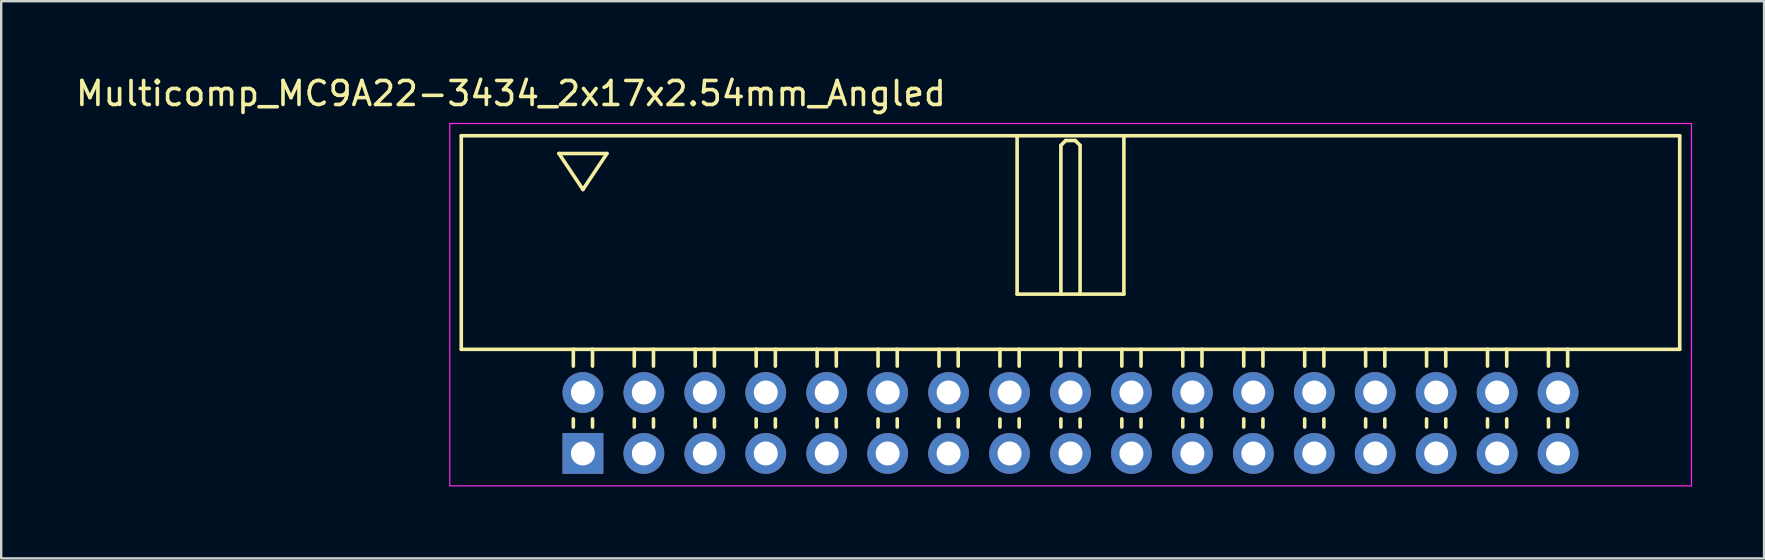
<source format=kicad_pcb>
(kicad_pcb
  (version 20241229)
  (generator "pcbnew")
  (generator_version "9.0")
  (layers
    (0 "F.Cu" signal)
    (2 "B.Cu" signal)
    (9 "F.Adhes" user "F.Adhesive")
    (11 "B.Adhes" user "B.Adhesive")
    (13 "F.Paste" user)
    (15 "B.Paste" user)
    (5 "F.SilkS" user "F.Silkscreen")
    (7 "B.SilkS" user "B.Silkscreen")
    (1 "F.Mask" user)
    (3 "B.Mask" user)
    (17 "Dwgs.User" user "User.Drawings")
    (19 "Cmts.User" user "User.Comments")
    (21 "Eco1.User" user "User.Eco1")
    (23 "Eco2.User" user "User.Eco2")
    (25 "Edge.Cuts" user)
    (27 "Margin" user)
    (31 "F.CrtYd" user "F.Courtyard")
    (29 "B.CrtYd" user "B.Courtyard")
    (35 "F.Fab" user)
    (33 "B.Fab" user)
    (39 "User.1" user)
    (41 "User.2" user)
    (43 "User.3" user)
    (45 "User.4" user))
  (footprint "Multicomp_MC9A22-3434_2x17x2.54mm_Angled"
    (layer "F.Cu")
    (at 21.244 15.848)
    (property "Reference" "Multicomp_MC9A22-3434_2x17x2.54mm_Angled" (at -3 -15 0) (layer "F.SilkS") (effects (font (size 1 1) (thickness 0.15))))
    (attr through_hole)
    (fp_line (start -5.07 -13.24) (end 45.71 -13.24) (stroke (width 0.15) (type solid)) (layer "F.SilkS"))
    (fp_line (start -5.07 -4.34) (end -5.07 -13.24) (stroke (width 0.15) (type solid)) (layer "F.SilkS"))
    (fp_line (start -1 -12.5) (end 1 -12.5) (stroke (width 0.15) (type solid)) (layer "F.SilkS"))
    (fp_line (start -0.4 -3.64) (end -0.4 -4.34) (stroke (width 0.15) (type solid)) (layer "F.SilkS"))
    (fp_line (start -0.4 -1.1) (end -0.4 -1.44) (stroke (width 0.15) (type solid)) (layer "F.SilkS"))
    (fp_line (start 0 -11) (end -1 -12.5) (stroke (width 0.15) (type solid)) (layer "F.SilkS"))
    (fp_line (start 0.4 -3.64) (end 0.4 -4.34) (stroke (width 0.15) (type solid)) (layer "F.SilkS"))
    (fp_line (start 0.4 -1.1) (end 0.4 -1.44) (stroke (width 0.15) (type solid)) (layer "F.SilkS"))
    (fp_line (start 1 -12.5) (end 0 -11) (stroke (width 0.15) (type solid)) (layer "F.SilkS"))
    (fp_line (start 2.14 -3.64) (end 2.14 -4.34) (stroke (width 0.15) (type solid)) (layer "F.SilkS"))
    (fp_line (start 2.14 -1.1) (end 2.14 -1.44) (stroke (width 0.15) (type solid)) (layer "F.SilkS"))
    (fp_line (start 2.94 -3.64) (end 2.94 -4.34) (stroke (width 0.15) (type solid)) (layer "F.SilkS"))
    (fp_line (start 2.94 -1.1) (end 2.94 -1.44) (stroke (width 0.15) (type solid)) (layer "F.SilkS"))
    (fp_line (start 4.68 -3.64) (end 4.68 -4.34) (stroke (width 0.15) (type solid)) (layer "F.SilkS"))
    (fp_line (start 4.68 -1.1) (end 4.68 -1.44) (stroke (width 0.15) (type solid)) (layer "F.SilkS"))
    (fp_line (start 5.48 -3.64) (end 5.48 -4.34) (stroke (width 0.15) (type solid)) (layer "F.SilkS"))
    (fp_line (start 5.48 -1.1) (end 5.48 -1.44) (stroke (width 0.15) (type solid)) (layer "F.SilkS"))
    (fp_line (start 7.22 -3.64) (end 7.22 -4.34) (stroke (width 0.15) (type solid)) (layer "F.SilkS"))
    (fp_line (start 7.22 -1.1) (end 7.22 -1.44) (stroke (width 0.15) (type solid)) (layer "F.SilkS"))
    (fp_line (start 8.02 -3.64) (end 8.02 -4.34) (stroke (width 0.15) (type solid)) (layer "F.SilkS"))
    (fp_line (start 8.02 -1.1) (end 8.02 -1.44) (stroke (width 0.15) (type solid)) (layer "F.SilkS"))
    (fp_line (start 9.76 -3.64) (end 9.76 -4.34) (stroke (width 0.15) (type solid)) (layer "F.SilkS"))
    (fp_line (start 9.76 -1.1) (end 9.76 -1.44) (stroke (width 0.15) (type solid)) (layer "F.SilkS"))
    (fp_line (start 10.56 -3.64) (end 10.56 -4.34) (stroke (width 0.15) (type solid)) (layer "F.SilkS"))
    (fp_line (start 10.56 -1.1) (end 10.56 -1.44) (stroke (width 0.15) (type solid)) (layer "F.SilkS"))
    (fp_line (start 12.3 -3.64) (end 12.3 -4.34) (stroke (width 0.15) (type solid)) (layer "F.SilkS"))
    (fp_line (start 12.3 -1.1) (end 12.3 -1.44) (stroke (width 0.15) (type solid)) (layer "F.SilkS"))
    (fp_line (start 13.1 -3.64) (end 13.1 -4.34) (stroke (width 0.15) (type solid)) (layer "F.SilkS"))
    (fp_line (start 13.1 -1.1) (end 13.1 -1.44) (stroke (width 0.15) (type solid)) (layer "F.SilkS"))
    (fp_line (start 14.84 -3.64) (end 14.84 -4.34) (stroke (width 0.15) (type solid)) (layer "F.SilkS"))
    (fp_line (start 14.84 -1.1) (end 14.84 -1.44) (stroke (width 0.15) (type solid)) (layer "F.SilkS"))
    (fp_line (start 15.64 -3.64) (end 15.64 -4.34) (stroke (width 0.15) (type solid)) (layer "F.SilkS"))
    (fp_line (start 15.64 -1.1) (end 15.64 -1.44) (stroke (width 0.15) (type solid)) (layer "F.SilkS"))
    (fp_line (start 17.38 -3.64) (end 17.38 -4.34) (stroke (width 0.15) (type solid)) (layer "F.SilkS"))
    (fp_line (start 17.38 -1.1) (end 17.38 -1.44) (stroke (width 0.15) (type solid)) (layer "F.SilkS"))
    (fp_line (start 18.095 -13.24) (end 18.095 -6.64) (stroke (width 0.15) (type solid)) (layer "F.SilkS"))
    (fp_line (start 18.095 -6.64) (end 22.545 -6.64) (stroke (width 0.15) (type solid)) (layer "F.SilkS"))
    (fp_line (start 18.18 -3.64) (end 18.18 -4.34) (stroke (width 0.15) (type solid)) (layer "F.SilkS"))
    (fp_line (start 18.18 -1.1) (end 18.18 -1.44) (stroke (width 0.15) (type solid)) (layer "F.SilkS"))
    (fp_line (start 19.92 -12.84) (end 20.12 -13.04) (stroke (width 0.15) (type solid)) (layer "F.SilkS"))
    (fp_line (start 19.92 -6.64) (end 19.92 -12.84) (stroke (width 0.15) (type solid)) (layer "F.SilkS"))
    (fp_line (start 19.92 -3.64) (end 19.92 -4.34) (stroke (width 0.15) (type solid)) (layer "F.SilkS"))
    (fp_line (start 19.92 -1.1) (end 19.92 -1.44) (stroke (width 0.15) (type solid)) (layer "F.SilkS"))
    (fp_line (start 20.12 -13.04) (end 20.52 -13.04) (stroke (width 0.15) (type solid)) (layer "F.SilkS"))
    (fp_line (start 20.52 -13.04) (end 20.72 -12.84) (stroke (width 0.15) (type solid)) (layer "F.SilkS"))
    (fp_line (start 20.72 -12.84) (end 20.72 -6.64) (stroke (width 0.15) (type solid)) (layer "F.SilkS"))
    (fp_line (start 20.72 -3.64) (end 20.72 -4.34) (stroke (width 0.15) (type solid)) (layer "F.SilkS"))
    (fp_line (start 20.72 -1.1) (end 20.72 -1.44) (stroke (width 0.15) (type solid)) (layer "F.SilkS"))
    (fp_line (start 22.46 -3.64) (end 22.46 -4.34) (stroke (width 0.15) (type solid)) (layer "F.SilkS"))
    (fp_line (start 22.46 -1.1) (end 22.46 -1.44) (stroke (width 0.15) (type solid)) (layer "F.SilkS"))
    (fp_line (start 22.545 -6.64) (end 22.545 -13.24) (stroke (width 0.15) (type solid)) (layer "F.SilkS"))
    (fp_line (start 23.26 -3.64) (end 23.26 -4.34) (stroke (width 0.15) (type solid)) (layer "F.SilkS"))
    (fp_line (start 23.26 -1.1) (end 23.26 -1.44) (stroke (width 0.15) (type solid)) (layer "F.SilkS"))
    (fp_line (start 25 -3.64) (end 25 -4.34) (stroke (width 0.15) (type solid)) (layer "F.SilkS"))
    (fp_line (start 25 -1.1) (end 25 -1.44) (stroke (width 0.15) (type solid)) (layer "F.SilkS"))
    (fp_line (start 25.8 -3.64) (end 25.8 -4.34) (stroke (width 0.15) (type solid)) (layer "F.SilkS"))
    (fp_line (start 25.8 -1.1) (end 25.8 -1.44) (stroke (width 0.15) (type solid)) (layer "F.SilkS"))
    (fp_line (start 27.54 -3.64) (end 27.54 -4.34) (stroke (width 0.15) (type solid)) (layer "F.SilkS"))
    (fp_line (start 27.54 -1.1) (end 27.54 -1.44) (stroke (width 0.15) (type solid)) (layer "F.SilkS"))
    (fp_line (start 28.34 -3.64) (end 28.34 -4.34) (stroke (width 0.15) (type solid)) (layer "F.SilkS"))
    (fp_line (start 28.34 -1.1) (end 28.34 -1.44) (stroke (width 0.15) (type solid)) (layer "F.SilkS"))
    (fp_line (start 30.08 -3.64) (end 30.08 -4.34) (stroke (width 0.15) (type solid)) (layer "F.SilkS"))
    (fp_line (start 30.08 -1.1) (end 30.08 -1.44) (stroke (width 0.15) (type solid)) (layer "F.SilkS"))
    (fp_line (start 30.88 -3.64) (end 30.88 -4.34) (stroke (width 0.15) (type solid)) (layer "F.SilkS"))
    (fp_line (start 30.88 -1.1) (end 30.88 -1.44) (stroke (width 0.15) (type solid)) (layer "F.SilkS"))
    (fp_line (start 32.62 -3.64) (end 32.62 -4.34) (stroke (width 0.15) (type solid)) (layer "F.SilkS"))
    (fp_line (start 32.62 -1.1) (end 32.62 -1.44) (stroke (width 0.15) (type solid)) (layer "F.SilkS"))
    (fp_line (start 33.42 -3.64) (end 33.42 -4.34) (stroke (width 0.15) (type solid)) (layer "F.SilkS"))
    (fp_line (start 33.42 -1.1) (end 33.42 -1.44) (stroke (width 0.15) (type solid)) (layer "F.SilkS"))
    (fp_line (start 35.16 -3.64) (end 35.16 -4.34) (stroke (width 0.15) (type solid)) (layer "F.SilkS"))
    (fp_line (start 35.16 -1.1) (end 35.16 -1.44) (stroke (width 0.15) (type solid)) (layer "F.SilkS"))
    (fp_line (start 35.96 -3.64) (end 35.96 -4.34) (stroke (width 0.15) (type solid)) (layer "F.SilkS"))
    (fp_line (start 35.96 -1.1) (end 35.96 -1.44) (stroke (width 0.15) (type solid)) (layer "F.SilkS"))
    (fp_line (start 37.7 -3.64) (end 37.7 -4.34) (stroke (width 0.15) (type solid)) (layer "F.SilkS"))
    (fp_line (start 37.7 -1.1) (end 37.7 -1.44) (stroke (width 0.15) (type solid)) (layer "F.SilkS"))
    (fp_line (start 38.5 -3.64) (end 38.5 -4.34) (stroke (width 0.15) (type solid)) (layer "F.SilkS"))
    (fp_line (start 38.5 -1.1) (end 38.5 -1.44) (stroke (width 0.15) (type solid)) (layer "F.SilkS"))
    (fp_line (start 40.24 -3.64) (end 40.24 -4.34) (stroke (width 0.15) (type solid)) (layer "F.SilkS"))
    (fp_line (start 40.24 -1.1) (end 40.24 -1.44) (stroke (width 0.15) (type solid)) (layer "F.SilkS"))
    (fp_line (start 41.04 -3.64) (end 41.04 -4.34) (stroke (width 0.15) (type solid)) (layer "F.SilkS"))
    (fp_line (start 41.04 -1.1) (end 41.04 -1.44) (stroke (width 0.15) (type solid)) (layer "F.SilkS"))
    (fp_line (start 45.71 -13.24) (end 45.71 -4.34) (stroke (width 0.15) (type solid)) (layer "F.SilkS"))
    (fp_line (start 45.71 -4.34) (end -5.07 -4.34) (stroke (width 0.15) (type solid)) (layer "F.SilkS"))
    (fp_line (start -5.55 -13.75) (end 46.2 -13.75) (stroke (width 0.05) (type solid)) (layer "F.CrtYd"))
    (fp_line (start -5.55 1.35) (end -5.55 -13.75) (stroke (width 0.05) (type solid)) (layer "F.CrtYd"))
    (fp_line (start 46.2 -13.75) (end 46.2 1.35) (stroke (width 0.05) (type solid)) (layer "F.CrtYd"))
    (fp_line (start 46.2 1.35) (end -5.55 1.35) (stroke (width 0.05) (type solid)) (layer "F.CrtYd"))
    (pad "1" thru_hole rect (at 0 0) (size 1.7 1.7) (drill 1) (layers "*.Cu" "*.Mask"))
    (pad "2" thru_hole circle (at 0 -2.54) (size 1.7 1.7) (drill 1) (layers "*.Cu" "*.Mask"))
    (pad "3" thru_hole circle (at 2.54 0) (size 1.7 1.7) (drill 1) (layers "*.Cu" "*.Mask"))
    (pad "4" thru_hole circle (at 2.54 -2.54) (size 1.7 1.7) (drill 1) (layers "*.Cu" "*.Mask"))
    (pad "5" thru_hole circle (at 5.08 0) (size 1.7 1.7) (drill 1) (layers "*.Cu" "*.Mask"))
    (pad "6" thru_hole circle (at 5.08 -2.54) (size 1.7 1.7) (drill 1) (layers "*.Cu" "*.Mask"))
    (pad "7" thru_hole circle (at 7.62 0) (size 1.7 1.7) (drill 1) (layers "*.Cu" "*.Mask"))
    (pad "8" thru_hole circle (at 7.62 -2.54) (size 1.7 1.7) (drill 1) (layers "*.Cu" "*.Mask"))
    (pad "9" thru_hole circle (at 10.16 0) (size 1.7 1.7) (drill 1) (layers "*.Cu" "*.Mask"))
    (pad "10" thru_hole circle (at 10.16 -2.54) (size 1.7 1.7) (drill 1) (layers "*.Cu" "*.Mask"))
    (pad "11" thru_hole circle (at 12.7 0) (size 1.7 1.7) (drill 1) (layers "*.Cu" "*.Mask"))
    (pad "12" thru_hole circle (at 12.7 -2.54) (size 1.7 1.7) (drill 1) (layers "*.Cu" "*.Mask"))
    (pad "13" thru_hole circle (at 15.24 0) (size 1.7 1.7) (drill 1) (layers "*.Cu" "*.Mask"))
    (pad "14" thru_hole circle (at 15.24 -2.54) (size 1.7 1.7) (drill 1) (layers "*.Cu" "*.Mask"))
    (pad "15" thru_hole circle (at 17.78 0) (size 1.7 1.7) (drill 1) (layers "*.Cu" "*.Mask"))
    (pad "16" thru_hole circle (at 17.78 -2.54) (size 1.7 1.7) (drill 1) (layers "*.Cu" "*.Mask"))
    (pad "17" thru_hole circle (at 20.32 0) (size 1.7 1.7) (drill 1) (layers "*.Cu" "*.Mask"))
    (pad "18" thru_hole circle (at 20.32 -2.54) (size 1.7 1.7) (drill 1) (layers "*.Cu" "*.Mask"))
    (pad "19" thru_hole circle (at 22.86 0) (size 1.7 1.7) (drill 1) (layers "*.Cu" "*.Mask"))
    (pad "20" thru_hole circle (at 22.86 -2.54) (size 1.7 1.7) (drill 1) (layers "*.Cu" "*.Mask"))
    (pad "21" thru_hole circle (at 25.4 0) (size 1.7 1.7) (drill 1) (layers "*.Cu" "*.Mask"))
    (pad "22" thru_hole circle (at 25.4 -2.54) (size 1.7 1.7) (drill 1) (layers "*.Cu" "*.Mask"))
    (pad "23" thru_hole circle (at 27.94 0) (size 1.7 1.7) (drill 1) (layers "*.Cu" "*.Mask"))
    (pad "24" thru_hole circle (at 27.94 -2.54) (size 1.7 1.7) (drill 1) (layers "*.Cu" "*.Mask"))
    (pad "25" thru_hole circle (at 30.48 0) (size 1.7 1.7) (drill 1) (layers "*.Cu" "*.Mask"))
    (pad "26" thru_hole circle (at 30.48 -2.54) (size 1.7 1.7) (drill 1) (layers "*.Cu" "*.Mask"))
    (pad "27" thru_hole circle (at 33.02 0) (size 1.7 1.7) (drill 1) (layers "*.Cu" "*.Mask"))
    (pad "28" thru_hole circle (at 33.02 -2.54) (size 1.7 1.7) (drill 1) (layers "*.Cu" "*.Mask"))
    (pad "29" thru_hole circle (at 35.56 0) (size 1.7 1.7) (drill 1) (layers "*.Cu" "*.Mask"))
    (pad "30" thru_hole circle (at 35.56 -2.54) (size 1.7 1.7) (drill 1) (layers "*.Cu" "*.Mask"))
    (pad "31" thru_hole circle (at 38.1 0) (size 1.7 1.7) (drill 1) (layers "*.Cu" "*.Mask"))
    (pad "32" thru_hole circle (at 38.1 -2.54) (size 1.7 1.7) (drill 1) (layers "*.Cu" "*.Mask"))
    (pad "33" thru_hole circle (at 40.64 0) (size 1.7 1.7) (drill 1) (layers "*.Cu" "*.Mask"))
    (pad "34" thru_hole circle (at 40.64 -2.54) (size 1.7 1.7) (drill 1) (layers "*.Cu" "*.Mask")))
  (gr_rect
    (start -3 -3)
    (end 70.469 20.223)
    (stroke (width 0.1) (type default))
    (fill no)
    (layer "Edge.Cuts")))
</source>
